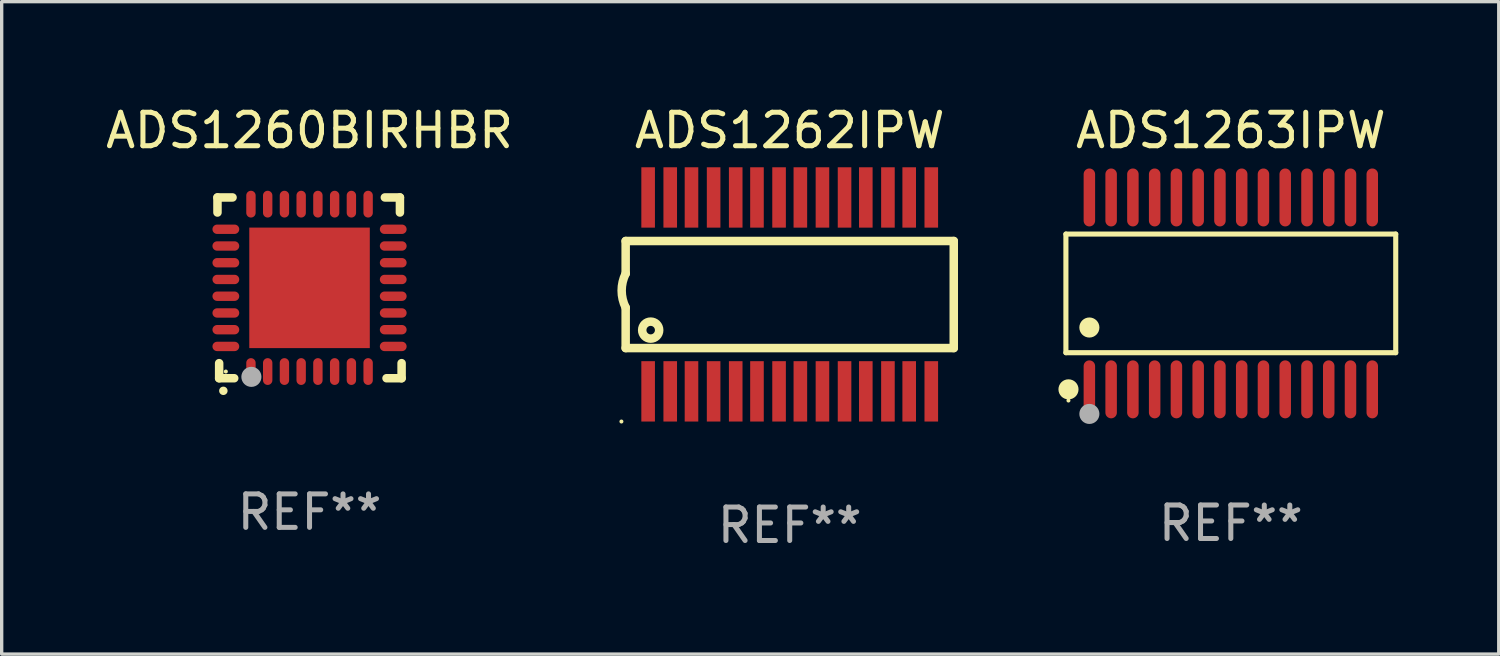
<source format=kicad_pcb>
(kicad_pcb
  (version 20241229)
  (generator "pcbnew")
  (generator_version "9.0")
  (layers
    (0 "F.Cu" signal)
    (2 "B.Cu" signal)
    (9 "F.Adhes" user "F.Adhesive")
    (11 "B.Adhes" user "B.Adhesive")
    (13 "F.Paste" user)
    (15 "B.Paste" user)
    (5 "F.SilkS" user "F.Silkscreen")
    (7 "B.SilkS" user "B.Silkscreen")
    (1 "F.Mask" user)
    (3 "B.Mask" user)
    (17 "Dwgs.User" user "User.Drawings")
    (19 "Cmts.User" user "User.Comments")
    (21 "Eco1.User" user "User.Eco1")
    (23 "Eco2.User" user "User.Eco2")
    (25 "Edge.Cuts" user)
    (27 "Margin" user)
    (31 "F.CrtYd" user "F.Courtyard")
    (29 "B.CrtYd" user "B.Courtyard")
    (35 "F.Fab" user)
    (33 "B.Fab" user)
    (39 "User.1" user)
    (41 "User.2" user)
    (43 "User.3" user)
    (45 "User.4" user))
  (footprint "ADS1263IPW"
    (layer "F.Cu")
    (at 33.715 5.714)
    (property "Reference" "ADS1263IPW" (at 0 -4.866 0) (layer "F.SilkS") (effects (font (size 1 1) (thickness 0.15))))
    (attr through_hole)
    (fp_line (start -4.926 -1.772) (end 4.926 -1.772) (stroke (width 0.152) (type solid)) (layer "F.SilkS"))
    (fp_line (start -4.926 1.771) (end -4.926 -1.772) (stroke (width 0.152) (type solid)) (layer "F.SilkS"))
    (fp_line (start 4.926 -1.772) (end 4.926 1.771) (stroke (width 0.152) (type solid)) (layer "F.SilkS"))
    (fp_line (start 4.926 1.771) (end -4.926 1.771) (stroke (width 0.152) (type solid)) (layer "F.SilkS"))
    (fp_circle (center -4.85 3.2) (end -4.82 3.2) (stroke (width 0.06) (type solid)) (fill no) (layer "F.SilkS"))
    (fp_circle (center -4.849 2.866) (end -4.699 2.866) (stroke (width 0.3) (type solid)) (fill no) (layer "F.SilkS"))
    (fp_circle (center -4.225 1.019) (end -4.075 1.019) (stroke (width 0.3) (type solid)) (fill no) (layer "F.SilkS"))
    (fp_circle (center -4.225 3.6) (end -4.075 3.6) (stroke (width 0.3) (type solid)) (fill no) (layer "F.Fab"))
    (fp_text user "REF**" (at 0 6.866 0) (layer "F.Fab") (effects (font (size 1 1) (thickness 0.15))))
    (pad "1" smd oval (at -4.225 2.866) (size 0.343 1.731) (layers "F.Cu" "F.Mask" "F.Paste"))
    (pad "2" smd oval (at -3.575 2.866) (size 0.343 1.731) (layers "F.Cu" "F.Mask" "F.Paste"))
    (pad "3" smd oval (at -2.925 2.866) (size 0.343 1.731) (layers "F.Cu" "F.Mask" "F.Paste"))
    (pad "4" smd oval (at -2.275 2.866) (size 0.343 1.731) (layers "F.Cu" "F.Mask" "F.Paste"))
    (pad "5" smd oval (at -1.625 2.866) (size 0.343 1.731) (layers "F.Cu" "F.Mask" "F.Paste"))
    (pad "6" smd oval (at -0.975 2.866) (size 0.343 1.731) (layers "F.Cu" "F.Mask" "F.Paste"))
    (pad "7" smd oval (at -0.325 2.866) (size 0.343 1.731) (layers "F.Cu" "F.Mask" "F.Paste"))
    (pad "8" smd oval (at 0.325 2.866) (size 0.343 1.731) (layers "F.Cu" "F.Mask" "F.Paste"))
    (pad "9" smd oval (at 0.975 2.866) (size 0.343 1.731) (layers "F.Cu" "F.Mask" "F.Paste"))
    (pad "10" smd oval (at 1.625 2.866) (size 0.343 1.731) (layers "F.Cu" "F.Mask" "F.Paste"))
    (pad "11" smd oval (at 2.275 2.866) (size 0.343 1.731) (layers "F.Cu" "F.Mask" "F.Paste"))
    (pad "12" smd oval (at 2.925 2.866) (size 0.343 1.731) (layers "F.Cu" "F.Mask" "F.Paste"))
    (pad "13" smd oval (at 3.575 2.866) (size 0.343 1.731) (layers "F.Cu" "F.Mask" "F.Paste"))
    (pad "14" smd oval (at 4.225 2.866) (size 0.343 1.731) (layers "F.Cu" "F.Mask" "F.Paste"))
    (pad "15" smd oval (at 4.225 -2.866) (size 0.343 1.731) (layers "F.Cu" "F.Mask" "F.Paste"))
    (pad "16" smd oval (at 3.575 -2.866) (size 0.343 1.731) (layers "F.Cu" "F.Mask" "F.Paste"))
    (pad "17" smd oval (at 2.925 -2.866) (size 0.343 1.731) (layers "F.Cu" "F.Mask" "F.Paste"))
    (pad "18" smd oval (at 2.275 -2.866) (size 0.343 1.731) (layers "F.Cu" "F.Mask" "F.Paste"))
    (pad "19" smd oval (at 1.625 -2.866) (size 0.343 1.731) (layers "F.Cu" "F.Mask" "F.Paste"))
    (pad "20" smd oval (at 0.975 -2.866) (size 0.343 1.731) (layers "F.Cu" "F.Mask" "F.Paste"))
    (pad "21" smd oval (at 0.325 -2.866) (size 0.343 1.731) (layers "F.Cu" "F.Mask" "F.Paste"))
    (pad "22" smd oval (at -0.325 -2.866) (size 0.343 1.731) (layers "F.Cu" "F.Mask" "F.Paste"))
    (pad "23" smd oval (at -0.975 -2.866) (size 0.343 1.731) (layers "F.Cu" "F.Mask" "F.Paste"))
    (pad "24" smd oval (at -1.625 -2.866) (size 0.343 1.731) (layers "F.Cu" "F.Mask" "F.Paste"))
    (pad "25" smd oval (at -2.275 -2.866) (size 0.343 1.731) (layers "F.Cu" "F.Mask" "F.Paste"))
    (pad "26" smd oval (at -2.925 -2.866) (size 0.343 1.731) (layers "F.Cu" "F.Mask" "F.Paste"))
    (pad "27" smd oval (at -3.575 -2.866) (size 0.343 1.731) (layers "F.Cu" "F.Mask" "F.Paste"))
    (pad "28" smd oval (at -4.225 -2.866) (size 0.343 1.731) (layers "F.Cu" "F.Mask" "F.Paste")))
  (footprint "ADS1260BIRHBR"
    (layer "F.Cu")
    (at 6.196 5.548)
    (property "Reference" "ADS1260BIRHBR" (at 0 -4.7 0) (layer "F.SilkS") (effects (font (size 1 1) (thickness 0.15))))
    (attr through_hole)
    (fp_line (start -2.75 -2.7) (end -2.75 -2.25) (stroke (width 0.254) (type solid)) (layer "F.SilkS"))
    (fp_line (start -2.7 2.7) (end -2.7 2.25) (stroke (width 0.254) (type solid)) (layer "F.SilkS"))
    (fp_line (start -2.3 -2.7) (end -2.75 -2.7) (stroke (width 0.254) (type solid)) (layer "F.SilkS"))
    (fp_line (start -2.25 2.7) (end -2.7 2.7) (stroke (width 0.254) (type solid)) (layer "F.SilkS"))
    (fp_line (start 2.3 2.7) (end 2.75 2.7) (stroke (width 0.254) (type solid)) (layer "F.SilkS"))
    (fp_line (start 2.7 -2.7) (end 2.25 -2.7) (stroke (width 0.254) (type solid)) (layer "F.SilkS"))
    (fp_line (start 2.7 -2.25) (end 2.7 -2.7) (stroke (width 0.254) (type solid)) (layer "F.SilkS"))
    (fp_line (start 2.75 2.7) (end 2.75 2.25) (stroke (width 0.254) (type solid)) (layer "F.SilkS"))
    (fp_arc (start -2.575565 3.075946) (mid -2.574295 3.07594) (end -2.573025 3.075946) (stroke (width 0.25) (type solid)) (layer "F.SilkS"))
    (fp_circle (center -2.5 2.5) (end -2.47 2.5) (stroke (width 0.06) (type solid)) (fill no) (layer "F.SilkS"))
    (fp_circle (center -1.737 2.659) (end -1.587 2.659) (stroke (width 0.3) (type solid)) (fill no) (layer "F.Fab"))
    (fp_text user "REF**" (at 0 6.7 0) (layer "F.Fab") (effects (font (size 1 1) (thickness 0.15))))
    (pad "1" smd oval (at -1.75 2.5) (size 0.28 0.8) (layers "F.Cu" "F.Mask" "F.Paste"))
    (pad "2" smd oval (at -1.25 2.5) (size 0.28 0.8) (layers "F.Cu" "F.Mask" "F.Paste"))
    (pad "3" smd oval (at -0.75 2.5) (size 0.28 0.8) (layers "F.Cu" "F.Mask" "F.Paste"))
    (pad "4" smd oval (at -0.25 2.5) (size 0.28 0.8) (layers "F.Cu" "F.Mask" "F.Paste"))
    (pad "5" smd oval (at 0.25 2.5) (size 0.28 0.8) (layers "F.Cu" "F.Mask" "F.Paste"))
    (pad "6" smd oval (at 0.75 2.5) (size 0.28 0.8) (layers "F.Cu" "F.Mask" "F.Paste"))
    (pad "7" smd oval (at 1.25 2.5) (size 0.28 0.8) (layers "F.Cu" "F.Mask" "F.Paste"))
    (pad "8" smd oval (at 1.75 2.5) (size 0.28 0.8) (layers "F.Cu" "F.Mask" "F.Paste"))
    (pad "9" smd oval (at 2.5 1.75) (size 0.8 0.28) (layers "F.Cu" "F.Mask" "F.Paste"))
    (pad "10" smd oval (at 2.5 1.25) (size 0.8 0.28) (layers "F.Cu" "F.Mask" "F.Paste"))
    (pad "11" smd oval (at 2.5 0.75) (size 0.8 0.28) (layers "F.Cu" "F.Mask" "F.Paste"))
    (pad "12" smd oval (at 2.5 0.25) (size 0.8 0.28) (layers "F.Cu" "F.Mask" "F.Paste"))
    (pad "13" smd oval (at 2.5 -0.25) (size 0.8 0.28) (layers "F.Cu" "F.Mask" "F.Paste"))
    (pad "14" smd oval (at 2.5 -0.75) (size 0.8 0.28) (layers "F.Cu" "F.Mask" "F.Paste"))
    (pad "15" smd oval (at 2.5 -1.25) (size 0.8 0.28) (layers "F.Cu" "F.Mask" "F.Paste"))
    (pad "16" smd oval (at 2.5 -1.75) (size 0.8 0.28) (layers "F.Cu" "F.Mask" "F.Paste"))
    (pad "17" smd oval (at 1.75 -2.5) (size 0.28 0.8) (layers "F.Cu" "F.Mask" "F.Paste"))
    (pad "18" smd oval (at 1.25 -2.5) (size 0.28 0.8) (layers "F.Cu" "F.Mask" "F.Paste"))
    (pad "19" smd oval (at 0.75 -2.5) (size 0.28 0.8) (layers "F.Cu" "F.Mask" "F.Paste"))
    (pad "20" smd oval (at 0.25 -2.5) (size 0.28 0.8) (layers "F.Cu" "F.Mask" "F.Paste"))
    (pad "21" smd oval (at -0.25 -2.5) (size 0.28 0.8) (layers "F.Cu" "F.Mask" "F.Paste"))
    (pad "22" smd oval (at -0.75 -2.5) (size 0.28 0.8) (layers "F.Cu" "F.Mask" "F.Paste"))
    (pad "23" smd oval (at -1.25 -2.5) (size 0.28 0.8) (layers "F.Cu" "F.Mask" "F.Paste"))
    (pad "24" smd oval (at -1.75 -2.5) (size 0.28 0.8) (layers "F.Cu" "F.Mask" "F.Paste"))
    (pad "25" smd oval (at -2.5 -1.75) (size 0.8 0.28) (layers "F.Cu" "F.Mask" "F.Paste"))
    (pad "26" smd oval (at -2.5 -1.25) (size 0.8 0.28) (layers "F.Cu" "F.Mask" "F.Paste"))
    (pad "27" smd oval (at -2.5 -0.75) (size 0.8 0.28) (layers "F.Cu" "F.Mask" "F.Paste"))
    (pad "28" smd oval (at -2.5 -0.25) (size 0.8 0.28) (layers "F.Cu" "F.Mask" "F.Paste"))
    (pad "29" smd oval (at -2.5 0.25) (size 0.8 0.28) (layers "F.Cu" "F.Mask" "F.Paste"))
    (pad "30" smd oval (at -2.5 0.75) (size 0.8 0.28) (layers "F.Cu" "F.Mask" "F.Paste"))
    (pad "31" smd oval (at -2.5 1.25) (size 0.8 0.28) (layers "F.Cu" "F.Mask" "F.Paste"))
    (pad "32" smd oval (at -2.5 1.75) (size 0.8 0.28) (layers "F.Cu" "F.Mask" "F.Paste"))
    (pad "33" smd rect (at 0.000076 0.000076) (size 3.6 3.6) (layers "F.Cu" "F.Mask" "F.Paste")))
  (footprint "ADS1262IPW"
    (layer "F.Cu")
    (at 20.539 5.744)
    (property "Reference" "ADS1262IPW" (at 0 -4.896 0) (layer "F.SilkS") (effects (font (size 1 1) (thickness 0.15))))
    (attr through_hole)
    (fp_line (start -4.9 -1.595) (end -4.9 -0.622) (stroke (width 0.254) (type solid)) (layer "F.SilkS"))
    (fp_line (start -4.9 1.603) (end -4.9 0.394) (stroke (width 0.254) (type solid)) (layer "F.SilkS"))
    (fp_line (start 4.9 -1.595) (end -4.9 -1.595) (stroke (width 0.254) (type solid)) (layer "F.SilkS"))
    (fp_line (start 4.9 1.603) (end -4.9 1.603) (stroke (width 0.254) (type solid)) (layer "F.SilkS"))
    (fp_line (start 4.9 1.603) (end 4.9 -1.595) (stroke (width 0.254) (type solid)) (layer "F.SilkS"))
    (fp_arc (start -4.89967 0.393701) (mid -5.019593 -0.1143) (end -4.89967 -0.622301) (stroke (width 0.254001) (type solid)) (layer "F.SilkS"))
    (fp_circle (center -5.027 3.797) (end -4.997 3.797) (stroke (width 0.06) (type solid)) (fill no) (layer "F.SilkS"))
    (fp_circle (center -4.153 1.067) (end -3.899 1.067) (stroke (width 0.254) (type solid)) (fill no) (layer "F.SilkS"))
    (fp_text user "REF**" (at 0 6.896 0) (layer "F.Fab") (effects (font (size 1 1) (thickness 0.15))))
    (pad "1" smd rect (at -4.229 2.896 90) (size 1.803 0.406) (layers "F.Cu" "F.Mask" "F.Paste"))
    (pad "2" smd rect (at -3.569 2.896 90) (size 1.803 0.406) (layers "F.Cu" "F.Mask" "F.Paste"))
    (pad "3" smd rect (at -2.934 2.896 90) (size 1.803 0.406) (layers "F.Cu" "F.Mask" "F.Paste"))
    (pad "4" smd rect (at -2.273 2.896 90) (size 1.803 0.406) (layers "F.Cu" "F.Mask" "F.Paste"))
    (pad "5" smd rect (at -1.613 2.896 90) (size 1.803 0.406) (layers "F.Cu" "F.Mask" "F.Paste"))
    (pad "6" smd rect (at -0.978 2.896 90) (size 1.803 0.406) (layers "F.Cu" "F.Mask" "F.Paste"))
    (pad "7" smd rect (at -0.318 2.896 90) (size 1.803 0.406) (layers "F.Cu" "F.Mask" "F.Paste"))
    (pad "8" smd rect (at 0.318 2.896 90) (size 1.803 0.406) (layers "F.Cu" "F.Mask" "F.Paste"))
    (pad "9" smd rect (at 0.978 2.896 90) (size 1.803 0.406) (layers "F.Cu" "F.Mask" "F.Paste"))
    (pad "10" smd rect (at 1.638 2.896 90) (size 1.803 0.406) (layers "F.Cu" "F.Mask" "F.Paste"))
    (pad "11" smd rect (at 2.273 2.896 90) (size 1.803 0.406) (layers "F.Cu" "F.Mask" "F.Paste"))
    (pad "12" smd rect (at 2.934 2.896 90) (size 1.803 0.406) (layers "F.Cu" "F.Mask" "F.Paste"))
    (pad "13" smd rect (at 3.569 2.896 90) (size 1.803 0.406) (layers "F.Cu" "F.Mask" "F.Paste"))
    (pad "14" smd rect (at 4.229 2.896 90) (size 1.803 0.406) (layers "F.Cu" "F.Mask" "F.Paste"))
    (pad "15" smd rect (at 4.229 -2.896 90) (size 1.803 0.406) (layers "F.Cu" "F.Mask" "F.Paste"))
    (pad "16" smd rect (at 3.569 -2.896 90) (size 1.803 0.406) (layers "F.Cu" "F.Mask" "F.Paste"))
    (pad "17" smd rect (at 2.934 -2.896 90) (size 1.803 0.406) (layers "F.Cu" "F.Mask" "F.Paste"))
    (pad "18" smd rect (at 2.273 -2.896 90) (size 1.803 0.406) (layers "F.Cu" "F.Mask" "F.Paste"))
    (pad "19" smd rect (at 1.638 -2.896 90) (size 1.803 0.406) (layers "F.Cu" "F.Mask" "F.Paste"))
    (pad "20" smd rect (at 0.978 -2.896 90) (size 1.803 0.406) (layers "F.Cu" "F.Mask" "F.Paste"))
    (pad "21" smd rect (at 0.318 -2.896 90) (size 1.803 0.406) (layers "F.Cu" "F.Mask" "F.Paste"))
    (pad "22" smd rect (at -0.318 -2.896 90) (size 1.803 0.406) (layers "F.Cu" "F.Mask" "F.Paste"))
    (pad "23" smd rect (at -0.978 -2.896 90) (size 1.803 0.406) (layers "F.Cu" "F.Mask" "F.Paste"))
    (pad "24" smd rect (at -1.613 -2.896 90) (size 1.803 0.406) (layers "F.Cu" "F.Mask" "F.Paste"))
    (pad "25" smd rect (at -2.273 -2.896 90) (size 1.803 0.406) (layers "F.Cu" "F.Mask" "F.Paste"))
    (pad "26" smd rect (at -2.934 -2.896 90) (size 1.803 0.406) (layers "F.Cu" "F.Mask" "F.Paste"))
    (pad "27" smd rect (at -3.569 -2.896 90) (size 1.803 0.406) (layers "F.Cu" "F.Mask" "F.Paste"))
    (pad "28" smd rect (at -4.229 -2.896 90) (size 1.803 0.406) (layers "F.Cu" "F.Mask" "F.Paste")))
  (gr_rect
    (start -3 -3)
    (end 41.718 16.488)
    (stroke (width 0.1) (type default))
    (fill no)
    (layer "Edge.Cuts")))
</source>
